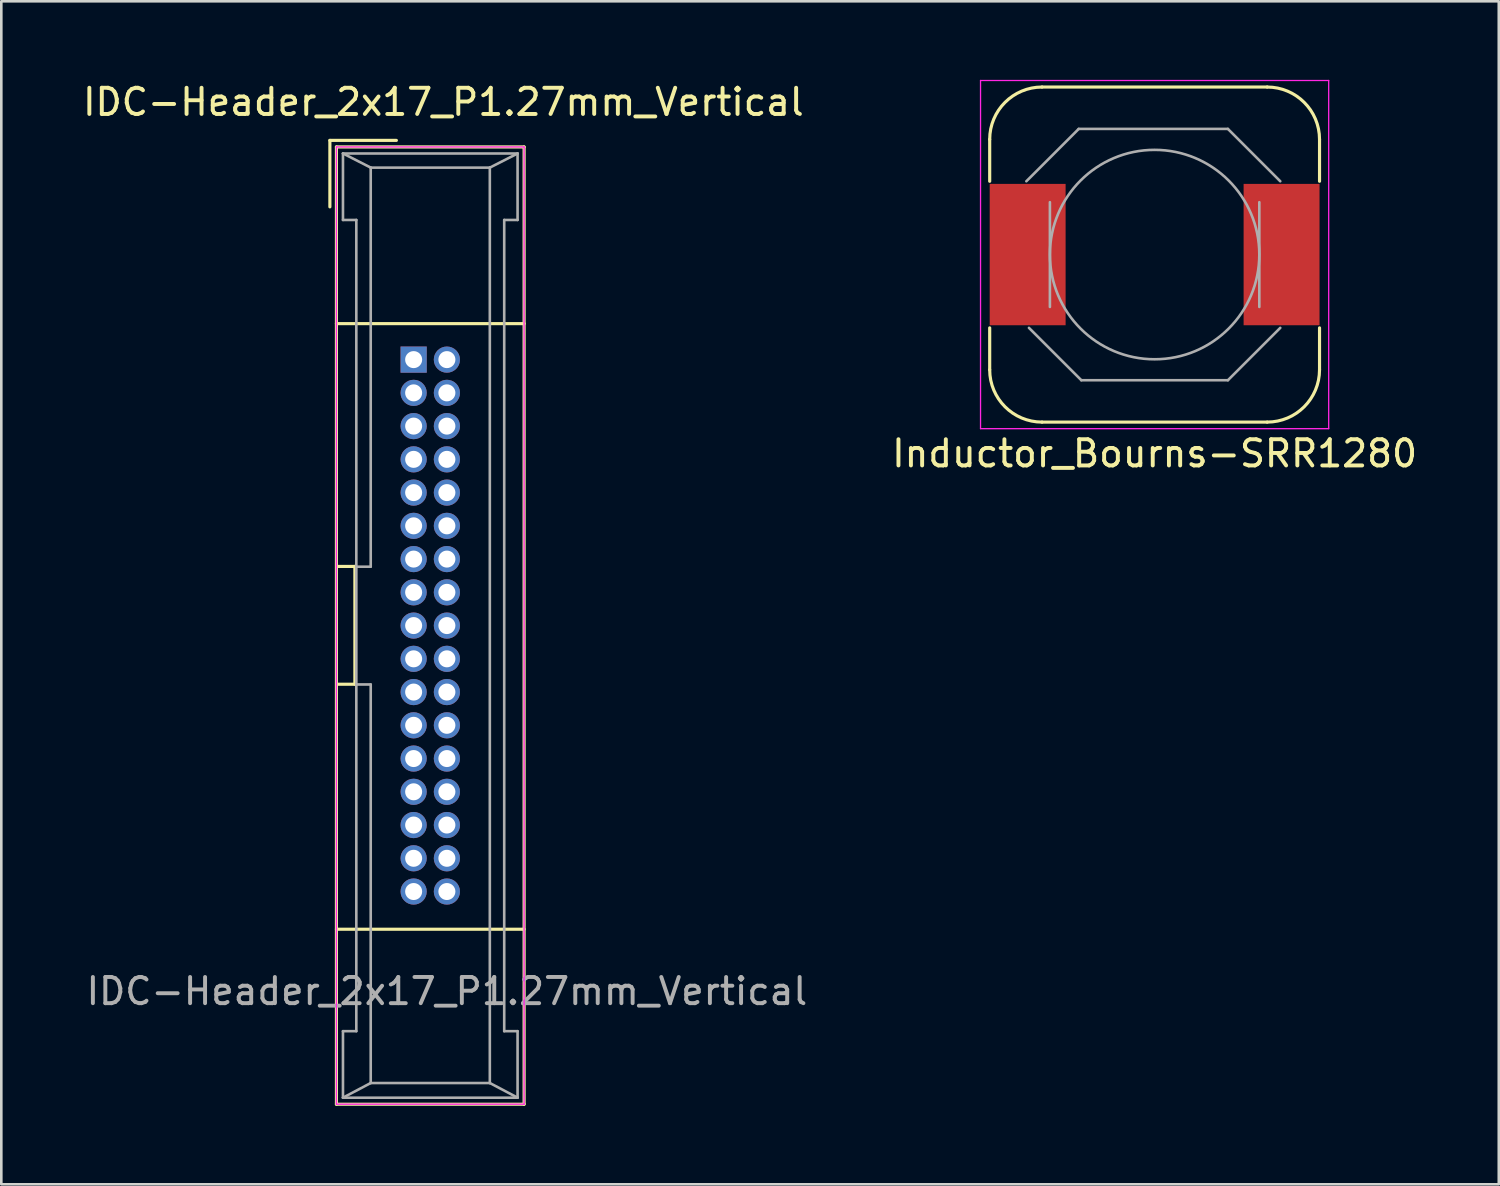
<source format=kicad_pcb>
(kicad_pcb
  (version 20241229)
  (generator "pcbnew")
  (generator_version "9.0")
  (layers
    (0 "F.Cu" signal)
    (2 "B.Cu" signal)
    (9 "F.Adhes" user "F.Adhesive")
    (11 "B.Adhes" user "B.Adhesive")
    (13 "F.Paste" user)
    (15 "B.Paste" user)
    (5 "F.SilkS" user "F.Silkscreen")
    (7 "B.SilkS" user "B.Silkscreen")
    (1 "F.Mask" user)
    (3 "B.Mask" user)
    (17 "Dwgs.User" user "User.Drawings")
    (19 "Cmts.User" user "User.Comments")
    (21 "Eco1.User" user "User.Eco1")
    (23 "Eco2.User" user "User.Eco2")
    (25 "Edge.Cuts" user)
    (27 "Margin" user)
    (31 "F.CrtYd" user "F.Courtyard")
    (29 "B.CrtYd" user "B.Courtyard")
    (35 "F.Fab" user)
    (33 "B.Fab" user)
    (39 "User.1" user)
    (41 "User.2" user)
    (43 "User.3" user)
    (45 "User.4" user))
  (footprint "Inductor_Bourns-SRR1280"
    (layer "F.Cu")
    (at 41.058 6.675)
    (property "Reference" "Inductor_Bourns-SRR1280" (at 0 7.6 0) (layer "F.SilkS") (effects (font (size 1 1) (thickness 0.15))))
    (attr smd)
    (fp_line (start -6.3 -4.4) (end -6.3 -2.8) (stroke (width 0.12) (type solid)) (layer "F.SilkS"))
    (fp_line (start -6.3 4.4) (end -6.3 2.8) (stroke (width 0.12) (type solid)) (layer "F.SilkS"))
    (fp_line (start -4.3 -6.4) (end 4.3 -6.4) (stroke (width 0.12) (type solid)) (layer "F.SilkS"))
    (fp_line (start 4.3 6.4) (end -4.3 6.4) (stroke (width 0.12) (type solid)) (layer "F.SilkS"))
    (fp_line (start 6.3 -4.4) (end 6.3 -2.8) (stroke (width 0.12) (type solid)) (layer "F.SilkS"))
    (fp_line (start 6.3 4.4) (end 6.3 2.8) (stroke (width 0.12) (type solid)) (layer "F.SilkS"))
    (fp_arc (start -6.3 -4.4) (mid -5.714214 -5.814214) (end -4.3 -6.4) (stroke (width 0.12) (type solid)) (layer "F.SilkS"))
    (fp_arc (start -4.3 6.4) (mid -5.714214 5.814214) (end -6.3 4.4) (stroke (width 0.12) (type solid)) (layer "F.SilkS"))
    (fp_arc (start 4.3 -6.4) (mid 5.714214 -5.814214) (end 6.3 -4.4) (stroke (width 0.12) (type solid)) (layer "F.SilkS"))
    (fp_arc (start 6.3 4.4) (mid 5.714214 5.814214) (end 4.3 6.4) (stroke (width 0.12) (type solid)) (layer "F.SilkS"))
    (fp_line (start -6.65 -6.65) (end 6.65 -6.65) (stroke (width 0.05) (type solid)) (layer "F.CrtYd"))
    (fp_line (start -6.65 6.65) (end -6.65 -6.65) (stroke (width 0.05) (type solid)) (layer "F.CrtYd"))
    (fp_line (start 6.65 -6.65) (end 6.65 6.65) (stroke (width 0.05) (type solid)) (layer "F.CrtYd"))
    (fp_line (start 6.65 6.65) (end -6.65 6.65) (stroke (width 0.05) (type solid)) (layer "F.CrtYd"))
    (fp_line (start -4.9 -2.8) (end -2.9 -4.8) (stroke (width 0.1) (type solid)) (layer "F.Fab"))
    (fp_line (start -4 2) (end -4 -2) (stroke (width 0.1) (type solid)) (layer "F.Fab"))
    (fp_line (start -2.9 -4.8) (end 2.8 -4.8) (stroke (width 0.1) (type solid)) (layer "F.Fab"))
    (fp_line (start -2.8 4.8) (end -4.8 2.8) (stroke (width 0.1) (type solid)) (layer "F.Fab"))
    (fp_line (start 2.8 -4.8) (end 4.8 -2.8) (stroke (width 0.1) (type solid)) (layer "F.Fab"))
    (fp_line (start 2.8 4.8) (end -2.8 4.8) (stroke (width 0.1) (type solid)) (layer "F.Fab"))
    (fp_line (start 4 -2) (end 4 2) (stroke (width 0.1) (type solid)) (layer "F.Fab"))
    (fp_line (start 4.8 2.8) (end 2.8 4.8) (stroke (width 0.1) (type solid)) (layer "F.Fab"))
    (fp_circle (center 0 0) (end 0 -4) (stroke (width 0.1) (type solid)) (fill no) (layer "F.Fab"))
    (pad "1" smd rect (at -4.85 0) (size 2.9 5.4) (layers "F.Cu" "F.Mask" "F.Paste"))
    (pad "2" smd rect (at 4.85 0) (size 2.9 5.4) (layers "F.Cu" "F.Mask" "F.Paste")))
  (footprint "IDC-Header_2x17_P1.27mm_Vertical"
    (layer "F.Cu")
    (at 12.752 10.688)
    (property "Reference" "IDC-Header_2x17_P1.27mm_Vertical" (at 1.135 -9.84 0) (layer "F.SilkS") (effects (font (size 1 1) (thickness 0.15))))
    (attr through_hole)
    (fp_line (start -3.2 -8.375) (end -3.2 -5.835) (stroke (width 0.12) (type solid)) (layer "F.SilkS"))
    (fp_line (start -3.2 -8.375) (end -0.66 -8.375) (stroke (width 0.12) (type solid)) (layer "F.SilkS"))
    (fp_line (start -2.95 -8.125) (end 4.22 -8.125) (stroke (width 0.12) (type solid)) (layer "F.SilkS"))
    (fp_line (start -2.95 28.445) (end -2.95 -8.125) (stroke (width 0.12) (type solid)) (layer "F.SilkS"))
    (fp_line (start -2.945 7.9) (end -2.245 7.9) (stroke (width 0.12) (type solid)) (layer "F.SilkS"))
    (fp_line (start -2.245 7.9) (end -2.245 12.4) (stroke (width 0.12) (type solid)) (layer "F.SilkS"))
    (fp_line (start -2.245 12.4) (end -2.945 12.4) (stroke (width 0.12) (type solid)) (layer "F.SilkS"))
    (fp_line (start 4.22 -8.125) (end 4.22 28.445) (stroke (width 0.12) (type solid)) (layer "F.SilkS"))
    (fp_line (start 4.22 -1.375) (end -2.95 -1.375) (stroke (width 0.12) (type solid)) (layer "F.SilkS"))
    (fp_line (start 4.22 21.76) (end -2.95 21.76) (stroke (width 0.12) (type solid)) (layer "F.SilkS"))
    (fp_line (start 4.22 28.445) (end -2.95 28.445) (stroke (width 0.12) (type solid)) (layer "F.SilkS"))
    (fp_line (start -2.95 -8.125) (end 4.22 -8.125) (stroke (width 0.05) (type solid)) (layer "F.CrtYd"))
    (fp_line (start -2.95 28.445) (end -2.95 -8.125) (stroke (width 0.05) (type solid)) (layer "F.CrtYd"))
    (fp_line (start 4.22 -8.125) (end 4.22 28.445) (stroke (width 0.05) (type solid)) (layer "F.CrtYd"))
    (fp_line (start 4.22 28.445) (end -2.95 28.445) (stroke (width 0.05) (type solid)) (layer "F.CrtYd"))
    (fp_line (start -2.7 -7.875) (end -2.7 -5.335) (stroke (width 0.1) (type solid)) (layer "F.Fab"))
    (fp_line (start -2.7 -7.875) (end -1.64 -7.335) (stroke (width 0.1) (type solid)) (layer "F.Fab"))
    (fp_line (start -2.7 25.655) (end -2.7 28.195) (stroke (width 0.1) (type solid)) (layer "F.Fab"))
    (fp_line (start -2.7 28.195) (end -1.64 27.635) (stroke (width 0.1) (type solid)) (layer "F.Fab"))
    (fp_line (start -2.19 -5.335) (end -2.7 -5.335) (stroke (width 0.1) (type solid)) (layer "F.Fab"))
    (fp_line (start -2.19 -5.335) (end -2.19 25.655) (stroke (width 0.1) (type solid)) (layer "F.Fab"))
    (fp_line (start -2.19 25.655) (end -2.7 25.655) (stroke (width 0.1) (type solid)) (layer "F.Fab"))
    (fp_line (start -1.64 -7.335) (end -1.64 7.91) (stroke (width 0.1) (type solid)) (layer "F.Fab"))
    (fp_line (start -1.64 7.91) (end -2.19 7.91) (stroke (width 0.1) (type solid)) (layer "F.Fab"))
    (fp_line (start -1.64 12.41) (end -2.19 12.41) (stroke (width 0.1) (type solid)) (layer "F.Fab"))
    (fp_line (start -1.64 12.41) (end -1.64 27.635) (stroke (width 0.1) (type solid)) (layer "F.Fab"))
    (fp_line (start 2.91 -7.335) (end -1.64 -7.335) (stroke (width 0.1) (type solid)) (layer "F.Fab"))
    (fp_line (start 2.91 -7.335) (end 2.91 27.635) (stroke (width 0.1) (type solid)) (layer "F.Fab"))
    (fp_line (start 2.91 27.635) (end -1.64 27.635) (stroke (width 0.1) (type solid)) (layer "F.Fab"))
    (fp_line (start 3.46 -5.335) (end 3.46 25.655) (stroke (width 0.1) (type solid)) (layer "F.Fab"))
    (fp_line (start 3.46 -5.335) (end 3.97 -5.335) (stroke (width 0.1) (type solid)) (layer "F.Fab"))
    (fp_line (start 3.46 25.655) (end 3.97 25.655) (stroke (width 0.1) (type solid)) (layer "F.Fab"))
    (fp_line (start 3.97 -7.875) (end -2.7 -7.875) (stroke (width 0.1) (type solid)) (layer "F.Fab"))
    (fp_line (start 3.97 -7.875) (end 2.91 -7.335) (stroke (width 0.1) (type solid)) (layer "F.Fab"))
    (fp_line (start 3.97 -7.875) (end 3.97 -5.335) (stroke (width 0.1) (type solid)) (layer "F.Fab"))
    (fp_line (start 3.97 25.655) (end 3.97 28.195) (stroke (width 0.1) (type solid)) (layer "F.Fab"))
    (fp_line (start 3.97 28.195) (end -2.7 28.195) (stroke (width 0.1) (type solid)) (layer "F.Fab"))
    (fp_line (start 3.97 28.195) (end 2.91 27.635) (stroke (width 0.1) (type solid)) (layer "F.Fab"))
    (fp_text user "${REFERENCE}" (at 1.27 24.13 0) (layer "F.Fab") (effects (font (size 1 1) (thickness 0.15))))
    (pad "1" thru_hole rect (at 0 0) (size 1 1) (drill 0.65) (layers "*.Cu" "*.Mask"))
    (pad "2" thru_hole oval (at 1.27 0) (size 1 1) (drill 0.65) (layers "*.Cu" "*.Mask"))
    (pad "3" thru_hole oval (at 0 1.27) (size 1 1) (drill 0.65) (layers "*.Cu" "*.Mask"))
    (pad "4" thru_hole oval (at 1.27 1.27) (size 1 1) (drill 0.65) (layers "*.Cu" "*.Mask"))
    (pad "5" thru_hole oval (at 0 2.54) (size 1 1) (drill 0.65) (layers "*.Cu" "*.Mask"))
    (pad "6" thru_hole oval (at 1.27 2.54) (size 1 1) (drill 0.65) (layers "*.Cu" "*.Mask"))
    (pad "7" thru_hole oval (at 0 3.81) (size 1 1) (drill 0.65) (layers "*.Cu" "*.Mask"))
    (pad "8" thru_hole oval (at 1.27 3.81) (size 1 1) (drill 0.65) (layers "*.Cu" "*.Mask"))
    (pad "9" thru_hole oval (at 0 5.08) (size 1 1) (drill 0.65) (layers "*.Cu" "*.Mask"))
    (pad "10" thru_hole oval (at 1.27 5.08) (size 1 1) (drill 0.65) (layers "*.Cu" "*.Mask"))
    (pad "11" thru_hole oval (at 0 6.35) (size 1 1) (drill 0.65) (layers "*.Cu" "*.Mask"))
    (pad "12" thru_hole oval (at 1.27 6.35) (size 1 1) (drill 0.65) (layers "*.Cu" "*.Mask"))
    (pad "13" thru_hole oval (at 0 7.62) (size 1 1) (drill 0.65) (layers "*.Cu" "*.Mask"))
    (pad "14" thru_hole oval (at 1.27 7.62) (size 1 1) (drill 0.65) (layers "*.Cu" "*.Mask"))
    (pad "15" thru_hole oval (at 0 8.89) (size 1 1) (drill 0.65) (layers "*.Cu" "*.Mask"))
    (pad "16" thru_hole oval (at 1.27 8.89) (size 1 1) (drill 0.65) (layers "*.Cu" "*.Mask"))
    (pad "17" thru_hole oval (at 0 10.16) (size 1 1) (drill 0.65) (layers "*.Cu" "*.Mask"))
    (pad "18" thru_hole oval (at 1.27 10.16) (size 1 1) (drill 0.65) (layers "*.Cu" "*.Mask"))
    (pad "19" thru_hole oval (at 0 11.43) (size 1 1) (drill 0.65) (layers "*.Cu" "*.Mask"))
    (pad "20" thru_hole oval (at 1.27 11.43) (size 1 1) (drill 0.65) (layers "*.Cu" "*.Mask"))
    (pad "21" thru_hole oval (at 0 12.7) (size 1 1) (drill 0.65) (layers "*.Cu" "*.Mask"))
    (pad "22" thru_hole oval (at 1.27 12.7) (size 1 1) (drill 0.65) (layers "*.Cu" "*.Mask"))
    (pad "23" thru_hole oval (at 0 13.97) (size 1 1) (drill 0.65) (layers "*.Cu" "*.Mask"))
    (pad "24" thru_hole oval (at 1.27 13.97) (size 1 1) (drill 0.65) (layers "*.Cu" "*.Mask"))
    (pad "25" thru_hole oval (at 0 15.24) (size 1 1) (drill 0.65) (layers "*.Cu" "*.Mask"))
    (pad "26" thru_hole oval (at 1.27 15.24) (size 1 1) (drill 0.65) (layers "*.Cu" "*.Mask"))
    (pad "27" thru_hole oval (at 0 16.51) (size 1 1) (drill 0.65) (layers "*.Cu" "*.Mask"))
    (pad "28" thru_hole oval (at 1.27 16.51) (size 1 1) (drill 0.65) (layers "*.Cu" "*.Mask"))
    (pad "29" thru_hole oval (at 0 17.78) (size 1 1) (drill 0.65) (layers "*.Cu" "*.Mask"))
    (pad "30" thru_hole oval (at 1.27 17.78) (size 1 1) (drill 0.65) (layers "*.Cu" "*.Mask"))
    (pad "31" thru_hole oval (at 0 19.05) (size 1 1) (drill 0.65) (layers "*.Cu" "*.Mask"))
    (pad "32" thru_hole oval (at 1.27 19.05) (size 1 1) (drill 0.65) (layers "*.Cu" "*.Mask"))
    (pad "33" thru_hole oval (at 0 20.32) (size 1 1) (drill 0.65) (layers "*.Cu" "*.Mask"))
    (pad "34" thru_hole oval (at 1.27 20.32) (size 1 1) (drill 0.65) (layers "*.Cu" "*.Mask")))
  (gr_rect
    (start -3 -3)
    (end 54.206 42.193)
    (stroke (width 0.1) (type default))
    (fill no)
    (layer "Edge.Cuts")))
</source>
